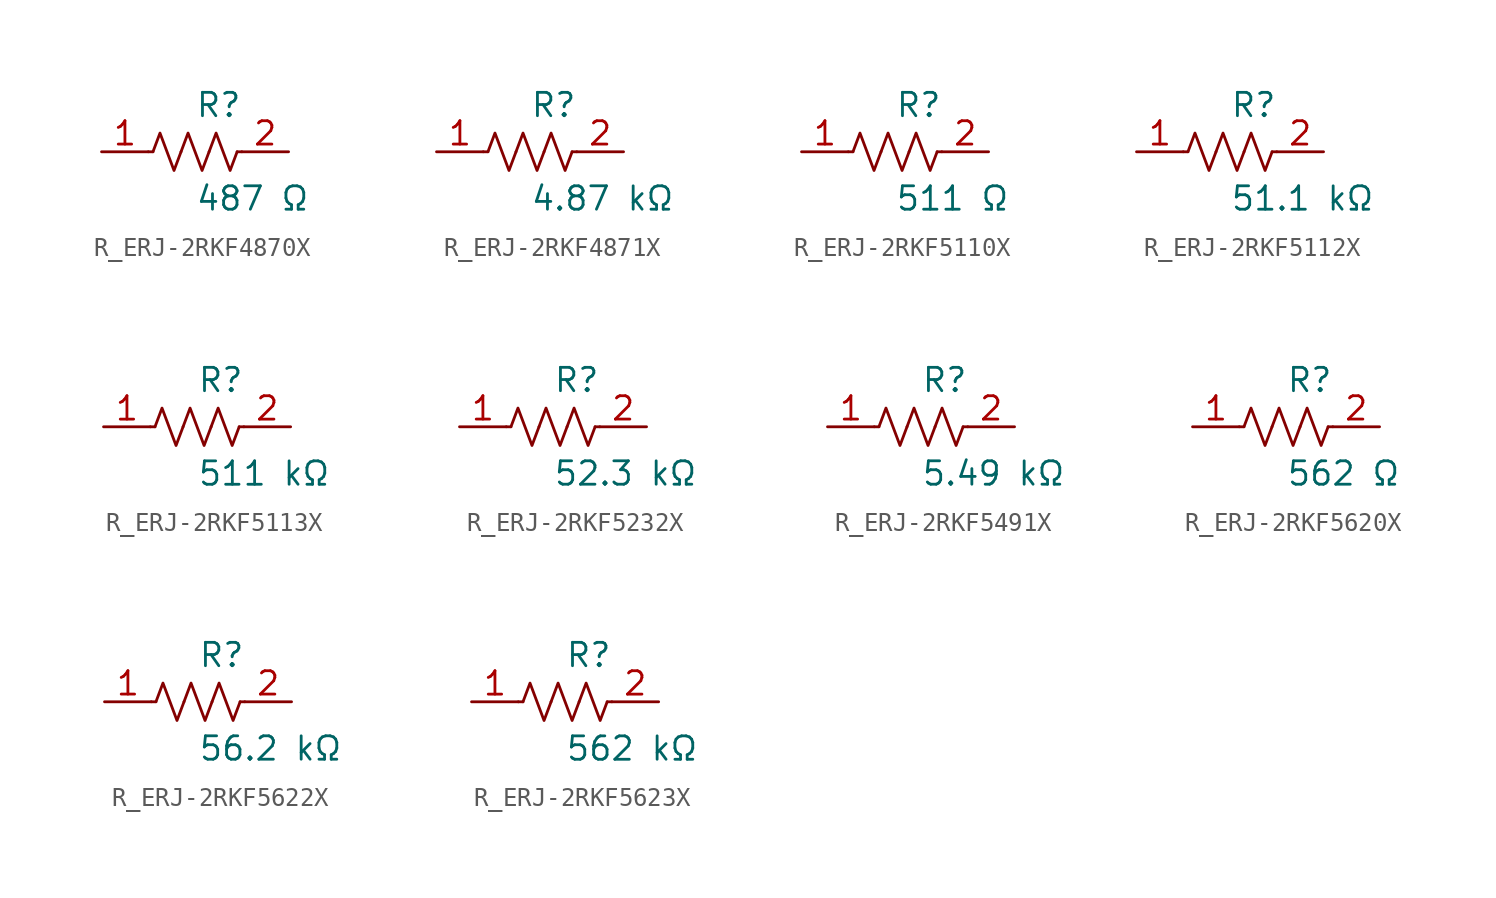
<source format=kicad_sym>
(kicad_symbol_lib
  (version 20231120)
  (generator kicad_symbol_editor)
  (generator_version 8.0)
  (symbol "R_ERJ-2RKF4870X"
    (pin_names
      (offset 0.254))
    (property "Reference" "R"
      (at 0.0 2.54 0)
      (effects (font (size 1.27 1.27)) (justify left)))
    (property "Value" "487 Ω"
      (at 0.0 -2.54 0)
      (effects (font (size 1.27 1.27)) (justify left)))
    (symbol "R_ERJ-2RKF4870X_0_1"
      (polyline (pts (xy 2.286 0) (xy 2.54 0)) (stroke (width 0) (type default)) (fill (type none)))
      (polyline (pts (xy -2.286 0) (xy -2.54 0)) (stroke (width 0) (type default)) (fill (type none)))
      (polyline (pts (xy 0.762 0) (xy 1.143 1.016) (xy 1.524 0) (xy 1.905 -1.016) (xy 2.286 0)) (stroke (width 0) (type default)) (fill (type none)))
      (polyline (pts (xy -0.762 0) (xy -0.381 1.016) (xy 0 0) (xy 0.381 -1.016) (xy 0.762 0)) (stroke (width 0) (type default)) (fill (type none)))
      (polyline (pts (xy -2.286 0) (xy -1.905 1.016) (xy -1.524 0) (xy -1.143 -1.016) (xy -0.762 0)) (stroke (width 0) (type default)) (fill (type none))))
    (pin unspecified line
      (at -5.08 0 0)
      (length 2.54)
      (name "" (effects (font (size 1.27 1.27))))
      (number "1" (effects (font (size 1.27 1.27)))))
    (pin unspecified line
      (at 5.08 0 180)
      (length 2.54)
      (name "" (effects (font (size 1.27 1.27))))
      (number "2" (effects (font (size 1.27 1.27))))))
  (symbol "R_ERJ-2RKF4871X"
    (pin_names
      (offset 0.254))
    (property "Reference" "R"
      (at 0.0 2.54 0)
      (effects (font (size 1.27 1.27)) (justify left)))
    (property "Value" "4.87 kΩ"
      (at 0.0 -2.54 0)
      (effects (font (size 1.27 1.27)) (justify left)))
    (symbol "R_ERJ-2RKF4871X_0_1"
      (polyline (pts (xy 2.286 0) (xy 2.54 0)) (stroke (width 0) (type default)) (fill (type none)))
      (polyline (pts (xy -2.286 0) (xy -2.54 0)) (stroke (width 0) (type default)) (fill (type none)))
      (polyline (pts (xy 0.762 0) (xy 1.143 1.016) (xy 1.524 0) (xy 1.905 -1.016) (xy 2.286 0)) (stroke (width 0) (type default)) (fill (type none)))
      (polyline (pts (xy -0.762 0) (xy -0.381 1.016) (xy 0 0) (xy 0.381 -1.016) (xy 0.762 0)) (stroke (width 0) (type default)) (fill (type none)))
      (polyline (pts (xy -2.286 0) (xy -1.905 1.016) (xy -1.524 0) (xy -1.143 -1.016) (xy -0.762 0)) (stroke (width 0) (type default)) (fill (type none))))
    (pin unspecified line
      (at -5.08 0 0)
      (length 2.54)
      (name "" (effects (font (size 1.27 1.27))))
      (number "1" (effects (font (size 1.27 1.27)))))
    (pin unspecified line
      (at 5.08 0 180)
      (length 2.54)
      (name "" (effects (font (size 1.27 1.27))))
      (number "2" (effects (font (size 1.27 1.27))))))
  (symbol "R_ERJ-2RKF5110X"
    (pin_names
      (offset 0.254))
    (property "Reference" "R"
      (at 0.0 2.54 0)
      (effects (font (size 1.27 1.27)) (justify left)))
    (property "Value" "511 Ω"
      (at 0.0 -2.54 0)
      (effects (font (size 1.27 1.27)) (justify left)))
    (symbol "R_ERJ-2RKF5110X_0_1"
      (polyline (pts (xy 2.286 0) (xy 2.54 0)) (stroke (width 0) (type default)) (fill (type none)))
      (polyline (pts (xy -2.286 0) (xy -2.54 0)) (stroke (width 0) (type default)) (fill (type none)))
      (polyline (pts (xy 0.762 0) (xy 1.143 1.016) (xy 1.524 0) (xy 1.905 -1.016) (xy 2.286 0)) (stroke (width 0) (type default)) (fill (type none)))
      (polyline (pts (xy -0.762 0) (xy -0.381 1.016) (xy 0 0) (xy 0.381 -1.016) (xy 0.762 0)) (stroke (width 0) (type default)) (fill (type none)))
      (polyline (pts (xy -2.286 0) (xy -1.905 1.016) (xy -1.524 0) (xy -1.143 -1.016) (xy -0.762 0)) (stroke (width 0) (type default)) (fill (type none))))
    (pin unspecified line
      (at -5.08 0 0)
      (length 2.54)
      (name "" (effects (font (size 1.27 1.27))))
      (number "1" (effects (font (size 1.27 1.27)))))
    (pin unspecified line
      (at 5.08 0 180)
      (length 2.54)
      (name "" (effects (font (size 1.27 1.27))))
      (number "2" (effects (font (size 1.27 1.27))))))
  (symbol "R_ERJ-2RKF5112X"
    (pin_names
      (offset 0.254))
    (property "Reference" "R"
      (at 0.0 2.54 0)
      (effects (font (size 1.27 1.27)) (justify left)))
    (property "Value" "51.1 kΩ"
      (at 0.0 -2.54 0)
      (effects (font (size 1.27 1.27)) (justify left)))
    (symbol "R_ERJ-2RKF5112X_0_1"
      (polyline (pts (xy 2.286 0) (xy 2.54 0)) (stroke (width 0) (type default)) (fill (type none)))
      (polyline (pts (xy -2.286 0) (xy -2.54 0)) (stroke (width 0) (type default)) (fill (type none)))
      (polyline (pts (xy 0.762 0) (xy 1.143 1.016) (xy 1.524 0) (xy 1.905 -1.016) (xy 2.286 0)) (stroke (width 0) (type default)) (fill (type none)))
      (polyline (pts (xy -0.762 0) (xy -0.381 1.016) (xy 0 0) (xy 0.381 -1.016) (xy 0.762 0)) (stroke (width 0) (type default)) (fill (type none)))
      (polyline (pts (xy -2.286 0) (xy -1.905 1.016) (xy -1.524 0) (xy -1.143 -1.016) (xy -0.762 0)) (stroke (width 0) (type default)) (fill (type none))))
    (pin unspecified line
      (at -5.08 0 0)
      (length 2.54)
      (name "" (effects (font (size 1.27 1.27))))
      (number "1" (effects (font (size 1.27 1.27)))))
    (pin unspecified line
      (at 5.08 0 180)
      (length 2.54)
      (name "" (effects (font (size 1.27 1.27))))
      (number "2" (effects (font (size 1.27 1.27))))))
  (symbol "R_ERJ-2RKF5113X"
    (pin_names
      (offset 0.254))
    (property "Reference" "R"
      (at 0.0 2.54 0)
      (effects (font (size 1.27 1.27)) (justify left)))
    (property "Value" "511 kΩ"
      (at 0.0 -2.54 0)
      (effects (font (size 1.27 1.27)) (justify left)))
    (symbol "R_ERJ-2RKF5113X_0_1"
      (polyline (pts (xy 2.286 0) (xy 2.54 0)) (stroke (width 0) (type default)) (fill (type none)))
      (polyline (pts (xy -2.286 0) (xy -2.54 0)) (stroke (width 0) (type default)) (fill (type none)))
      (polyline (pts (xy 0.762 0) (xy 1.143 1.016) (xy 1.524 0) (xy 1.905 -1.016) (xy 2.286 0)) (stroke (width 0) (type default)) (fill (type none)))
      (polyline (pts (xy -0.762 0) (xy -0.381 1.016) (xy 0 0) (xy 0.381 -1.016) (xy 0.762 0)) (stroke (width 0) (type default)) (fill (type none)))
      (polyline (pts (xy -2.286 0) (xy -1.905 1.016) (xy -1.524 0) (xy -1.143 -1.016) (xy -0.762 0)) (stroke (width 0) (type default)) (fill (type none))))
    (pin unspecified line
      (at -5.08 0 0)
      (length 2.54)
      (name "" (effects (font (size 1.27 1.27))))
      (number "1" (effects (font (size 1.27 1.27)))))
    (pin unspecified line
      (at 5.08 0 180)
      (length 2.54)
      (name "" (effects (font (size 1.27 1.27))))
      (number "2" (effects (font (size 1.27 1.27))))))
  (symbol "R_ERJ-2RKF5232X"
    (pin_names
      (offset 0.254))
    (property "Reference" "R"
      (at 0.0 2.54 0)
      (effects (font (size 1.27 1.27)) (justify left)))
    (property "Value" "52.3 kΩ"
      (at 0.0 -2.54 0)
      (effects (font (size 1.27 1.27)) (justify left)))
    (symbol "R_ERJ-2RKF5232X_0_1"
      (polyline (pts (xy 2.286 0) (xy 2.54 0)) (stroke (width 0) (type default)) (fill (type none)))
      (polyline (pts (xy -2.286 0) (xy -2.54 0)) (stroke (width 0) (type default)) (fill (type none)))
      (polyline (pts (xy 0.762 0) (xy 1.143 1.016) (xy 1.524 0) (xy 1.905 -1.016) (xy 2.286 0)) (stroke (width 0) (type default)) (fill (type none)))
      (polyline (pts (xy -0.762 0) (xy -0.381 1.016) (xy 0 0) (xy 0.381 -1.016) (xy 0.762 0)) (stroke (width 0) (type default)) (fill (type none)))
      (polyline (pts (xy -2.286 0) (xy -1.905 1.016) (xy -1.524 0) (xy -1.143 -1.016) (xy -0.762 0)) (stroke (width 0) (type default)) (fill (type none))))
    (pin unspecified line
      (at -5.08 0 0)
      (length 2.54)
      (name "" (effects (font (size 1.27 1.27))))
      (number "1" (effects (font (size 1.27 1.27)))))
    (pin unspecified line
      (at 5.08 0 180)
      (length 2.54)
      (name "" (effects (font (size 1.27 1.27))))
      (number "2" (effects (font (size 1.27 1.27))))))
  (symbol "R_ERJ-2RKF5491X"
    (pin_names
      (offset 0.254))
    (property "Reference" "R"
      (at 0.0 2.54 0)
      (effects (font (size 1.27 1.27)) (justify left)))
    (property "Value" "5.49 kΩ"
      (at 0.0 -2.54 0)
      (effects (font (size 1.27 1.27)) (justify left)))
    (symbol "R_ERJ-2RKF5491X_0_1"
      (polyline (pts (xy 2.286 0) (xy 2.54 0)) (stroke (width 0) (type default)) (fill (type none)))
      (polyline (pts (xy -2.286 0) (xy -2.54 0)) (stroke (width 0) (type default)) (fill (type none)))
      (polyline (pts (xy 0.762 0) (xy 1.143 1.016) (xy 1.524 0) (xy 1.905 -1.016) (xy 2.286 0)) (stroke (width 0) (type default)) (fill (type none)))
      (polyline (pts (xy -0.762 0) (xy -0.381 1.016) (xy 0 0) (xy 0.381 -1.016) (xy 0.762 0)) (stroke (width 0) (type default)) (fill (type none)))
      (polyline (pts (xy -2.286 0) (xy -1.905 1.016) (xy -1.524 0) (xy -1.143 -1.016) (xy -0.762 0)) (stroke (width 0) (type default)) (fill (type none))))
    (pin unspecified line
      (at -5.08 0 0)
      (length 2.54)
      (name "" (effects (font (size 1.27 1.27))))
      (number "1" (effects (font (size 1.27 1.27)))))
    (pin unspecified line
      (at 5.08 0 180)
      (length 2.54)
      (name "" (effects (font (size 1.27 1.27))))
      (number "2" (effects (font (size 1.27 1.27))))))
  (symbol "R_ERJ-2RKF5620X"
    (pin_names
      (offset 0.254))
    (property "Reference" "R"
      (at 0.0 2.54 0)
      (effects (font (size 1.27 1.27)) (justify left)))
    (property "Value" "562 Ω"
      (at 0.0 -2.54 0)
      (effects (font (size 1.27 1.27)) (justify left)))
    (symbol "R_ERJ-2RKF5620X_0_1"
      (polyline (pts (xy 2.286 0) (xy 2.54 0)) (stroke (width 0) (type default)) (fill (type none)))
      (polyline (pts (xy -2.286 0) (xy -2.54 0)) (stroke (width 0) (type default)) (fill (type none)))
      (polyline (pts (xy 0.762 0) (xy 1.143 1.016) (xy 1.524 0) (xy 1.905 -1.016) (xy 2.286 0)) (stroke (width 0) (type default)) (fill (type none)))
      (polyline (pts (xy -0.762 0) (xy -0.381 1.016) (xy 0 0) (xy 0.381 -1.016) (xy 0.762 0)) (stroke (width 0) (type default)) (fill (type none)))
      (polyline (pts (xy -2.286 0) (xy -1.905 1.016) (xy -1.524 0) (xy -1.143 -1.016) (xy -0.762 0)) (stroke (width 0) (type default)) (fill (type none))))
    (pin unspecified line
      (at -5.08 0 0)
      (length 2.54)
      (name "" (effects (font (size 1.27 1.27))))
      (number "1" (effects (font (size 1.27 1.27)))))
    (pin unspecified line
      (at 5.08 0 180)
      (length 2.54)
      (name "" (effects (font (size 1.27 1.27))))
      (number "2" (effects (font (size 1.27 1.27))))))
  (symbol "R_ERJ-2RKF5622X"
    (pin_names
      (offset 0.254))
    (property "Reference" "R"
      (at 0.0 2.54 0)
      (effects (font (size 1.27 1.27)) (justify left)))
    (property "Value" "56.2 kΩ"
      (at 0.0 -2.54 0)
      (effects (font (size 1.27 1.27)) (justify left)))
    (symbol "R_ERJ-2RKF5622X_0_1"
      (polyline (pts (xy 2.286 0) (xy 2.54 0)) (stroke (width 0) (type default)) (fill (type none)))
      (polyline (pts (xy -2.286 0) (xy -2.54 0)) (stroke (width 0) (type default)) (fill (type none)))
      (polyline (pts (xy 0.762 0) (xy 1.143 1.016) (xy 1.524 0) (xy 1.905 -1.016) (xy 2.286 0)) (stroke (width 0) (type default)) (fill (type none)))
      (polyline (pts (xy -0.762 0) (xy -0.381 1.016) (xy 0 0) (xy 0.381 -1.016) (xy 0.762 0)) (stroke (width 0) (type default)) (fill (type none)))
      (polyline (pts (xy -2.286 0) (xy -1.905 1.016) (xy -1.524 0) (xy -1.143 -1.016) (xy -0.762 0)) (stroke (width 0) (type default)) (fill (type none))))
    (pin unspecified line
      (at -5.08 0 0)
      (length 2.54)
      (name "" (effects (font (size 1.27 1.27))))
      (number "1" (effects (font (size 1.27 1.27)))))
    (pin unspecified line
      (at 5.08 0 180)
      (length 2.54)
      (name "" (effects (font (size 1.27 1.27))))
      (number "2" (effects (font (size 1.27 1.27))))))
  (symbol "R_ERJ-2RKF5623X"
    (pin_names
      (offset 0.254))
    (property "Reference" "R"
      (at 0.0 2.54 0)
      (effects (font (size 1.27 1.27)) (justify left)))
    (property "Value" "562 kΩ"
      (at 0.0 -2.54 0)
      (effects (font (size 1.27 1.27)) (justify left)))
    (symbol "R_ERJ-2RKF5623X_0_1"
      (polyline (pts (xy 2.286 0) (xy 2.54 0)) (stroke (width 0) (type default)) (fill (type none)))
      (polyline (pts (xy -2.286 0) (xy -2.54 0)) (stroke (width 0) (type default)) (fill (type none)))
      (polyline (pts (xy 0.762 0) (xy 1.143 1.016) (xy 1.524 0) (xy 1.905 -1.016) (xy 2.286 0)) (stroke (width 0) (type default)) (fill (type none)))
      (polyline (pts (xy -0.762 0) (xy -0.381 1.016) (xy 0 0) (xy 0.381 -1.016) (xy 0.762 0)) (stroke (width 0) (type default)) (fill (type none)))
      (polyline (pts (xy -2.286 0) (xy -1.905 1.016) (xy -1.524 0) (xy -1.143 -1.016) (xy -0.762 0)) (stroke (width 0) (type default)) (fill (type none))))
    (pin unspecified line
      (at -5.08 0 0)
      (length 2.54)
      (name "" (effects (font (size 1.27 1.27))))
      (number "1" (effects (font (size 1.27 1.27)))))
    (pin unspecified line
      (at 5.08 0 180)
      (length 2.54)
      (name "" (effects (font (size 1.27 1.27))))
      (number "2" (effects (font (size 1.27 1.27)))))))
</source>
